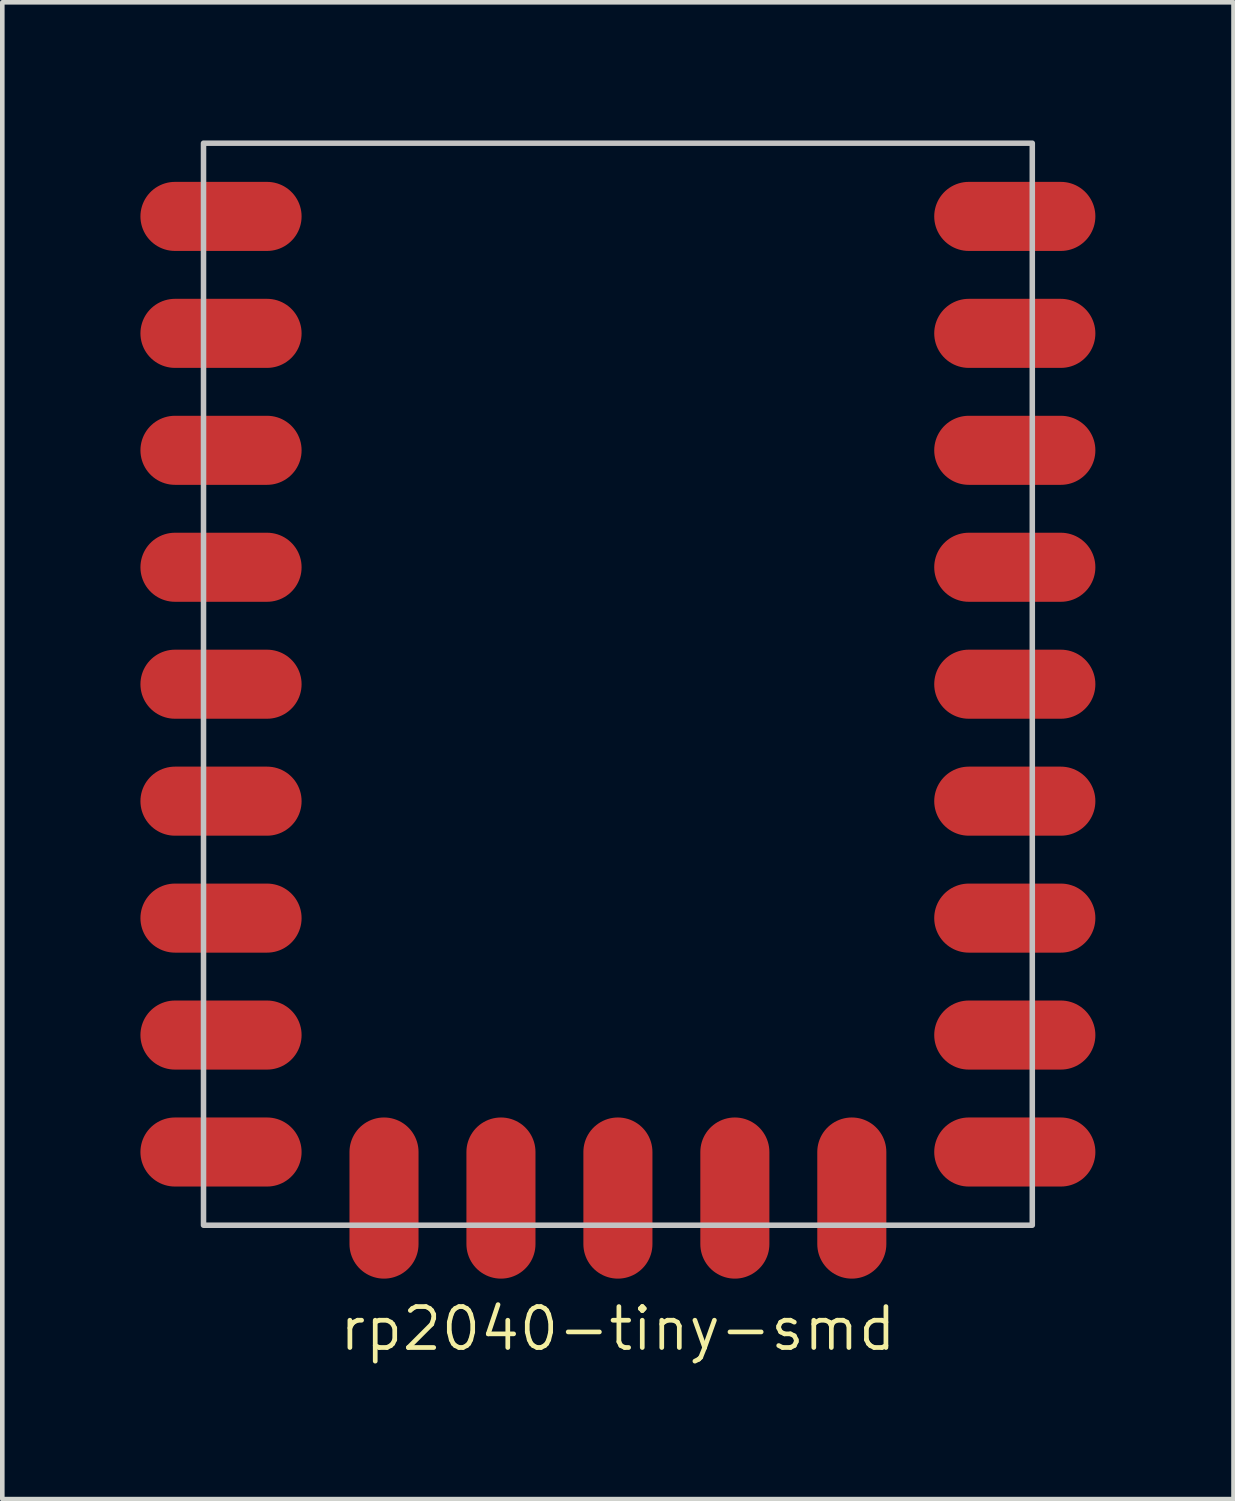
<source format=kicad_pcb>
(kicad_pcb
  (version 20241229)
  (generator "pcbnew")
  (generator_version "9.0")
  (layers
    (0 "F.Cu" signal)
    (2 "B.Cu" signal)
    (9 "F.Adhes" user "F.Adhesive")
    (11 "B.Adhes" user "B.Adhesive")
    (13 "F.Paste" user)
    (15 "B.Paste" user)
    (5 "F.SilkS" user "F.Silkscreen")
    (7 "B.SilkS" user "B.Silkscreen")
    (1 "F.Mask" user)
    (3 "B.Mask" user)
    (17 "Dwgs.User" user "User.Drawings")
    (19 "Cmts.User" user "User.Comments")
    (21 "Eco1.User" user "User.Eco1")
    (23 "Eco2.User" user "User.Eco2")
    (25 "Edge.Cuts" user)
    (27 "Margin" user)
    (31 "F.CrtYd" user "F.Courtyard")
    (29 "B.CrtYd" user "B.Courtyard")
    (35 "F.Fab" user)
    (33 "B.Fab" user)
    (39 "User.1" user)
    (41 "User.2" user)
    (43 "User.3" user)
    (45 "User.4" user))
  (footprint "rp2040-tiny-smd"
    (layer "F.Cu")
    (at 10.37 11.81)
    (property "Reference" "rp2040-tiny-smd" (at 0 14 0) (layer "F.SilkS") (effects (font (size 0.889 0.889) (thickness 0.102))))
    (attr smd exclude_from_pos_files)
    (fp_rect (start -9 -11.75) (end 9 11.75) (stroke (width 0.12) (type solid)) (fill no) (layer "Dwgs.User"))
    (pad "1" smd oval (at 7.62 -10.16 180) (size 3.5 1.5) (drill (offset -1 0)) (layers "F.Cu" "F.Mask" "F.Paste"))
    (pad "2" smd oval (at 7.62 -7.62 180) (size 3.5 1.5) (drill (offset -1 0)) (layers "F.Cu" "F.Mask" "F.Paste"))
    (pad "3" smd oval (at 7.62 -5.08 180) (size 3.5 1.5) (drill (offset -1 0)) (layers "F.Cu" "F.Mask" "F.Paste"))
    (pad "4" smd oval (at 7.62 -2.54 180) (size 3.5 1.5) (drill (offset -1 0)) (layers "F.Cu" "F.Mask" "F.Paste"))
    (pad "5" smd oval (at 7.62 0 180) (size 3.5 1.5) (drill (offset -1 0)) (layers "F.Cu" "F.Mask" "F.Paste"))
    (pad "6" smd oval (at 7.62 2.54 180) (size 3.5 1.5) (drill (offset -1 0)) (layers "F.Cu" "F.Mask" "F.Paste"))
    (pad "7" smd oval (at 7.62 5.08 180) (size 3.5 1.5) (drill (offset -1 0)) (layers "F.Cu" "F.Mask" "F.Paste"))
    (pad "8" smd oval (at 7.62 7.62 180) (size 3.5 1.5) (drill (offset -1 0)) (layers "F.Cu" "F.Mask" "F.Paste"))
    (pad "9" smd oval (at 7.62 10.16 180) (size 3.5 1.5) (drill (offset -1 0)) (layers "F.Cu" "F.Mask" "F.Paste"))
    (pad "10" smd oval (at 5.08 10.16 90) (size 3.5 1.5) (drill (offset -1 0)) (layers "F.Cu" "F.Mask" "F.Paste"))
    (pad "11" smd oval (at 2.54 10.16 90) (size 3.5 1.5) (drill (offset -1 0)) (layers "F.Cu" "F.Mask" "F.Paste"))
    (pad "12" smd oval (at 0 10.16 90) (size 3.5 1.5) (drill (offset -1 0)) (layers "F.Cu" "F.Mask" "F.Paste"))
    (pad "13" smd oval (at -2.54 10.16 90) (size 3.5 1.5) (drill (offset -1 0)) (layers "F.Cu" "F.Mask" "F.Paste"))
    (pad "14" smd oval (at -5.08 10.16 90) (size 3.5 1.5) (drill (offset -1 0)) (layers "F.Cu" "F.Mask" "F.Paste"))
    (pad "15" smd oval (at -7.62 10.16) (size 3.5 1.5) (drill (offset -1 0)) (layers "F.Cu" "F.Mask" "F.Paste"))
    (pad "16" smd oval (at -7.62 7.62) (size 3.5 1.5) (drill (offset -1 0)) (layers "F.Cu" "F.Mask" "F.Paste"))
    (pad "17" smd oval (at -7.62 5.08) (size 3.5 1.5) (drill (offset -1 0)) (layers "F.Cu" "F.Mask" "F.Paste"))
    (pad "18" smd oval (at -7.62 2.54) (size 3.5 1.5) (drill (offset -1 0)) (layers "F.Cu" "F.Mask" "F.Paste"))
    (pad "19" smd oval (at -7.62 0) (size 3.5 1.5) (drill (offset -1 0)) (layers "F.Cu" "F.Mask" "F.Paste"))
    (pad "20" smd oval (at -7.62 -2.54) (size 3.5 1.5) (drill (offset -1 0)) (layers "F.Cu" "F.Mask" "F.Paste"))
    (pad "21" smd oval (at -7.62 -5.08) (size 3.5 1.5) (drill (offset -1 0)) (layers "F.Cu" "F.Mask" "F.Paste"))
    (pad "22" smd oval (at -7.62 -7.62) (size 3.5 1.5) (drill (offset -1 0)) (layers "F.Cu" "F.Mask" "F.Paste"))
    (pad "23" smd oval (at -7.62 -10.16) (size 3.5 1.5) (drill (offset -1 0)) (layers "F.Cu" "F.Mask" "F.Paste")))
  (gr_rect
    (start -3 -3)
    (end 23.74 29.508)
    (stroke (width 0.1) (type default))
    (fill no)
    (layer "Edge.Cuts")))
</source>
